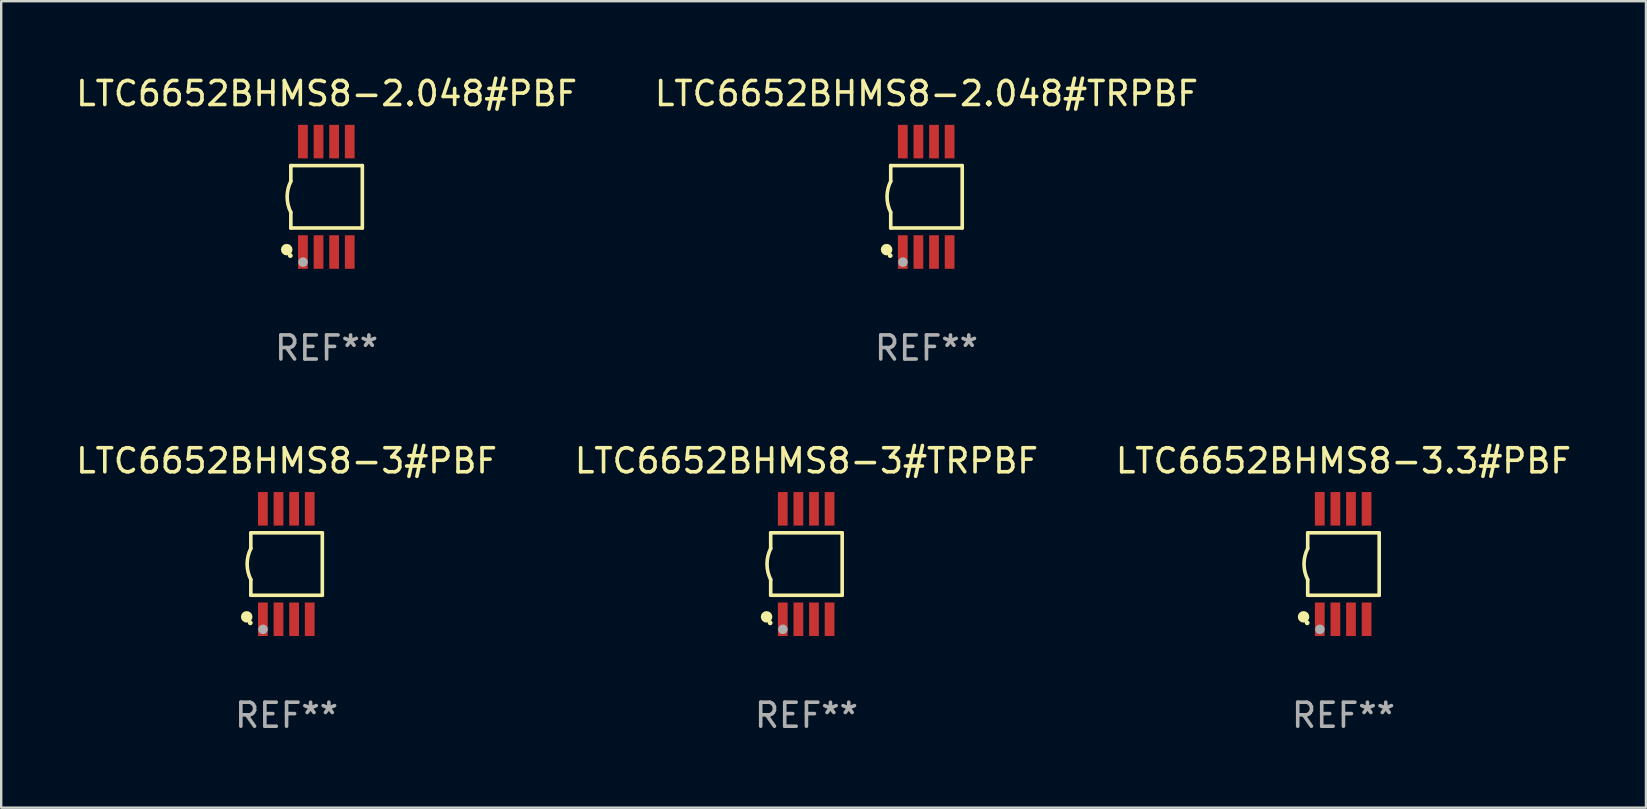
<source format=kicad_pcb>
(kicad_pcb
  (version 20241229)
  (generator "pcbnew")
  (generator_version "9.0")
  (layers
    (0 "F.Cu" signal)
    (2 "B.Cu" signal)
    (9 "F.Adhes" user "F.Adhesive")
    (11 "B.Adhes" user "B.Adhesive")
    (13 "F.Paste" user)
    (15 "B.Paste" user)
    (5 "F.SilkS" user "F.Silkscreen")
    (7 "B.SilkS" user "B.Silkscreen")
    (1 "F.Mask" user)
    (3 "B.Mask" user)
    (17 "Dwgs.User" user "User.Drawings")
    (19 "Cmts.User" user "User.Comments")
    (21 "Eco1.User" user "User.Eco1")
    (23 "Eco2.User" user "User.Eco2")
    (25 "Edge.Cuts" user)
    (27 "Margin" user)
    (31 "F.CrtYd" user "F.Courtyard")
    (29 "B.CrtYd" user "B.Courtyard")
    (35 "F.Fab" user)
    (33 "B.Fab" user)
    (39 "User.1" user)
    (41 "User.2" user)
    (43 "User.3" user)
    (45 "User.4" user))
  (footprint "LTC6652BHMS8-3.3#PBF"
    (layer "F.Cu")
    (at 52.911 20.445)
    (property "Reference" "LTC6652BHMS8-3.3#PBF" (at 0 -4.3 0) (layer "F.SilkS") (effects (font (size 1 1) (thickness 0.15))))
    (attr through_hole)
    (fp_line (start -1.489 -1.3) (end -1.489 -0.648) (stroke (width 0.15) (type solid)) (layer "F.SilkS"))
    (fp_line (start -1.489 0.648) (end -1.489 1.3) (stroke (width 0.15) (type solid)) (layer "F.SilkS"))
    (fp_line (start -1.489 1.3) (end 1.489 1.3) (stroke (width 0.15) (type solid)) (layer "F.SilkS"))
    (fp_line (start 1.489 -1.3) (end -1.489 -1.3) (stroke (width 0.15) (type solid)) (layer "F.SilkS"))
    (fp_line (start 1.489 1.3) (end 1.489 -1.3) (stroke (width 0.15) (type solid)) (layer "F.SilkS"))
    (fp_arc (start -1.489205 0.647702) (mid -1.642107 0) (end -1.489205 -0.647701) (stroke (width 0.150013) (type solid)) (layer "F.SilkS"))
    (fp_circle (center -1.661 2.2) (end -1.541 2.2) (stroke (width 0.24) (type solid)) (fill no) (layer "F.SilkS"))
    (fp_circle (center -1.511 2.45) (end -1.461 2.45) (stroke (width 0.1) (type solid)) (fill no) (layer "F.SilkS"))
    (fp_circle (center -0.981 2.72) (end -0.881 2.72) (stroke (width 0.2) (type solid)) (fill no) (layer "F.Fab"))
    (fp_text user "REF**" (at 0 6.3 0) (layer "F.Fab") (effects (font (size 1 1) (thickness 0.15))))
    (pad "1" smd rect (at -0.986 2.3) (size 0.406 1.397) (layers "F.Cu" "F.Mask" "F.Paste"))
    (pad "2" smd rect (at -0.336 2.3) (size 0.406 1.397) (layers "F.Cu" "F.Mask" "F.Paste"))
    (pad "3" smd rect (at 0.314 2.3) (size 0.406 1.397) (layers "F.Cu" "F.Mask" "F.Paste"))
    (pad "4" smd rect (at 0.964 2.3) (size 0.406 1.397) (layers "F.Cu" "F.Mask" "F.Paste"))
    (pad "5" smd rect (at 0.964 -2.3) (size 0.406 1.397) (layers "F.Cu" "F.Mask" "F.Paste"))
    (pad "6" smd rect (at 0.314 -2.3) (size 0.406 1.397) (layers "F.Cu" "F.Mask" "F.Paste"))
    (pad "7" smd rect (at -0.336 -2.3) (size 0.406 1.397) (layers "F.Cu" "F.Mask" "F.Paste"))
    (pad "8" smd rect (at -0.986 -2.3) (size 0.406 1.397) (layers "F.Cu" "F.Mask" "F.Paste")))
  (footprint "LTC6652BHMS8-2.048#PBF"
    (layer "F.Cu")
    (at 10.554 5.148)
    (property "Reference" "LTC6652BHMS8-2.048#PBF" (at 0 -4.3 0) (layer "F.SilkS") (effects (font (size 1 1) (thickness 0.15))))
    (attr through_hole)
    (fp_line (start -1.489 -1.3) (end -1.489 -0.648) (stroke (width 0.15) (type solid)) (layer "F.SilkS"))
    (fp_line (start -1.489 0.648) (end -1.489 1.3) (stroke (width 0.15) (type solid)) (layer "F.SilkS"))
    (fp_line (start -1.489 1.3) (end 1.489 1.3) (stroke (width 0.15) (type solid)) (layer "F.SilkS"))
    (fp_line (start 1.489 -1.3) (end -1.489 -1.3) (stroke (width 0.15) (type solid)) (layer "F.SilkS"))
    (fp_line (start 1.489 1.3) (end 1.489 -1.3) (stroke (width 0.15) (type solid)) (layer "F.SilkS"))
    (fp_arc (start -1.489205 0.647702) (mid -1.642107 0) (end -1.489205 -0.647701) (stroke (width 0.150013) (type solid)) (layer "F.SilkS"))
    (fp_circle (center -1.661 2.2) (end -1.541 2.2) (stroke (width 0.24) (type solid)) (fill no) (layer "F.SilkS"))
    (fp_circle (center -1.511 2.45) (end -1.461 2.45) (stroke (width 0.1) (type solid)) (fill no) (layer "F.SilkS"))
    (fp_circle (center -0.981 2.72) (end -0.881 2.72) (stroke (width 0.2) (type solid)) (fill no) (layer "F.Fab"))
    (fp_text user "REF**" (at 0 6.3 0) (layer "F.Fab") (effects (font (size 1 1) (thickness 0.15))))
    (pad "1" smd rect (at -0.986 2.3) (size 0.406 1.397) (layers "F.Cu" "F.Mask" "F.Paste"))
    (pad "2" smd rect (at -0.336 2.3) (size 0.406 1.397) (layers "F.Cu" "F.Mask" "F.Paste"))
    (pad "3" smd rect (at 0.314 2.3) (size 0.406 1.397) (layers "F.Cu" "F.Mask" "F.Paste"))
    (pad "4" smd rect (at 0.964 2.3) (size 0.406 1.397) (layers "F.Cu" "F.Mask" "F.Paste"))
    (pad "5" smd rect (at 0.964 -2.3) (size 0.406 1.397) (layers "F.Cu" "F.Mask" "F.Paste"))
    (pad "6" smd rect (at 0.314 -2.3) (size 0.406 1.397) (layers "F.Cu" "F.Mask" "F.Paste"))
    (pad "7" smd rect (at -0.336 -2.3) (size 0.406 1.397) (layers "F.Cu" "F.Mask" "F.Paste"))
    (pad "8" smd rect (at -0.986 -2.3) (size 0.406 1.397) (layers "F.Cu" "F.Mask" "F.Paste")))
  (footprint "LTC6652BHMS8-2.048#TRPBF"
    (layer "F.Cu")
    (at 35.542 5.148)
    (property "Reference" "LTC6652BHMS8-2.048#TRPBF" (at 0 -4.3 0) (layer "F.SilkS") (effects (font (size 1 1) (thickness 0.15))))
    (attr through_hole)
    (fp_line (start -1.489 -1.3) (end -1.489 -0.648) (stroke (width 0.15) (type solid)) (layer "F.SilkS"))
    (fp_line (start -1.489 0.648) (end -1.489 1.3) (stroke (width 0.15) (type solid)) (layer "F.SilkS"))
    (fp_line (start -1.489 1.3) (end 1.489 1.3) (stroke (width 0.15) (type solid)) (layer "F.SilkS"))
    (fp_line (start 1.489 -1.3) (end -1.489 -1.3) (stroke (width 0.15) (type solid)) (layer "F.SilkS"))
    (fp_line (start 1.489 1.3) (end 1.489 -1.3) (stroke (width 0.15) (type solid)) (layer "F.SilkS"))
    (fp_arc (start -1.489205 0.647702) (mid -1.642107 0) (end -1.489205 -0.647701) (stroke (width 0.150013) (type solid)) (layer "F.SilkS"))
    (fp_circle (center -1.661 2.2) (end -1.541 2.2) (stroke (width 0.24) (type solid)) (fill no) (layer "F.SilkS"))
    (fp_circle (center -1.511 2.45) (end -1.461 2.45) (stroke (width 0.1) (type solid)) (fill no) (layer "F.SilkS"))
    (fp_circle (center -0.981 2.72) (end -0.881 2.72) (stroke (width 0.2) (type solid)) (fill no) (layer "F.Fab"))
    (fp_text user "REF**" (at 0 6.3 0) (layer "F.Fab") (effects (font (size 1 1) (thickness 0.15))))
    (pad "1" smd rect (at -0.986 2.3) (size 0.406 1.397) (layers "F.Cu" "F.Mask" "F.Paste"))
    (pad "2" smd rect (at -0.336 2.3) (size 0.406 1.397) (layers "F.Cu" "F.Mask" "F.Paste"))
    (pad "3" smd rect (at 0.314 2.3) (size 0.406 1.397) (layers "F.Cu" "F.Mask" "F.Paste"))
    (pad "4" smd rect (at 0.964 2.3) (size 0.406 1.397) (layers "F.Cu" "F.Mask" "F.Paste"))
    (pad "5" smd rect (at 0.964 -2.3) (size 0.406 1.397) (layers "F.Cu" "F.Mask" "F.Paste"))
    (pad "6" smd rect (at 0.314 -2.3) (size 0.406 1.397) (layers "F.Cu" "F.Mask" "F.Paste"))
    (pad "7" smd rect (at -0.336 -2.3) (size 0.406 1.397) (layers "F.Cu" "F.Mask" "F.Paste"))
    (pad "8" smd rect (at -0.986 -2.3) (size 0.406 1.397) (layers "F.Cu" "F.Mask" "F.Paste")))
  (footprint "LTC6652BHMS8-3#PBF"
    (layer "F.Cu")
    (at 8.887 20.445)
    (property "Reference" "LTC6652BHMS8-3#PBF" (at 0 -4.3 0) (layer "F.SilkS") (effects (font (size 1 1) (thickness 0.15))))
    (attr through_hole)
    (fp_line (start -1.489 -1.3) (end -1.489 -0.648) (stroke (width 0.15) (type solid)) (layer "F.SilkS"))
    (fp_line (start -1.489 0.648) (end -1.489 1.3) (stroke (width 0.15) (type solid)) (layer "F.SilkS"))
    (fp_line (start -1.489 1.3) (end 1.489 1.3) (stroke (width 0.15) (type solid)) (layer "F.SilkS"))
    (fp_line (start 1.489 -1.3) (end -1.489 -1.3) (stroke (width 0.15) (type solid)) (layer "F.SilkS"))
    (fp_line (start 1.489 1.3) (end 1.489 -1.3) (stroke (width 0.15) (type solid)) (layer "F.SilkS"))
    (fp_arc (start -1.489205 0.647702) (mid -1.642107 0) (end -1.489205 -0.647701) (stroke (width 0.150013) (type solid)) (layer "F.SilkS"))
    (fp_circle (center -1.661 2.2) (end -1.541 2.2) (stroke (width 0.24) (type solid)) (fill no) (layer "F.SilkS"))
    (fp_circle (center -1.511 2.45) (end -1.461 2.45) (stroke (width 0.1) (type solid)) (fill no) (layer "F.SilkS"))
    (fp_circle (center -0.981 2.72) (end -0.881 2.72) (stroke (width 0.2) (type solid)) (fill no) (layer "F.Fab"))
    (fp_text user "REF**" (at 0 6.3 0) (layer "F.Fab") (effects (font (size 1 1) (thickness 0.15))))
    (pad "1" smd rect (at -0.986 2.3) (size 0.406 1.397) (layers "F.Cu" "F.Mask" "F.Paste"))
    (pad "2" smd rect (at -0.336 2.3) (size 0.406 1.397) (layers "F.Cu" "F.Mask" "F.Paste"))
    (pad "3" smd rect (at 0.314 2.3) (size 0.406 1.397) (layers "F.Cu" "F.Mask" "F.Paste"))
    (pad "4" smd rect (at 0.964 2.3) (size 0.406 1.397) (layers "F.Cu" "F.Mask" "F.Paste"))
    (pad "5" smd rect (at 0.964 -2.3) (size 0.406 1.397) (layers "F.Cu" "F.Mask" "F.Paste"))
    (pad "6" smd rect (at 0.314 -2.3) (size 0.406 1.397) (layers "F.Cu" "F.Mask" "F.Paste"))
    (pad "7" smd rect (at -0.336 -2.3) (size 0.406 1.397) (layers "F.Cu" "F.Mask" "F.Paste"))
    (pad "8" smd rect (at -0.986 -2.3) (size 0.406 1.397) (layers "F.Cu" "F.Mask" "F.Paste")))
  (footprint "LTC6652BHMS8-3#TRPBF"
    (layer "F.Cu")
    (at 30.542 20.445)
    (property "Reference" "LTC6652BHMS8-3#TRPBF" (at 0 -4.3 0) (layer "F.SilkS") (effects (font (size 1 1) (thickness 0.15))))
    (attr through_hole)
    (fp_line (start -1.489 -1.3) (end -1.489 -0.648) (stroke (width 0.15) (type solid)) (layer "F.SilkS"))
    (fp_line (start -1.489 0.648) (end -1.489 1.3) (stroke (width 0.15) (type solid)) (layer "F.SilkS"))
    (fp_line (start -1.489 1.3) (end 1.489 1.3) (stroke (width 0.15) (type solid)) (layer "F.SilkS"))
    (fp_line (start 1.489 -1.3) (end -1.489 -1.3) (stroke (width 0.15) (type solid)) (layer "F.SilkS"))
    (fp_line (start 1.489 1.3) (end 1.489 -1.3) (stroke (width 0.15) (type solid)) (layer "F.SilkS"))
    (fp_arc (start -1.489205 0.647702) (mid -1.642107 0) (end -1.489205 -0.647701) (stroke (width 0.150013) (type solid)) (layer "F.SilkS"))
    (fp_circle (center -1.661 2.2) (end -1.541 2.2) (stroke (width 0.24) (type solid)) (fill no) (layer "F.SilkS"))
    (fp_circle (center -1.511 2.45) (end -1.461 2.45) (stroke (width 0.1) (type solid)) (fill no) (layer "F.SilkS"))
    (fp_circle (center -0.981 2.72) (end -0.881 2.72) (stroke (width 0.2) (type solid)) (fill no) (layer "F.Fab"))
    (fp_text user "REF**" (at 0 6.3 0) (layer "F.Fab") (effects (font (size 1 1) (thickness 0.15))))
    (pad "1" smd rect (at -0.986 2.3) (size 0.406 1.397) (layers "F.Cu" "F.Mask" "F.Paste"))
    (pad "2" smd rect (at -0.336 2.3) (size 0.406 1.397) (layers "F.Cu" "F.Mask" "F.Paste"))
    (pad "3" smd rect (at 0.314 2.3) (size 0.406 1.397) (layers "F.Cu" "F.Mask" "F.Paste"))
    (pad "4" smd rect (at 0.964 2.3) (size 0.406 1.397) (layers "F.Cu" "F.Mask" "F.Paste"))
    (pad "5" smd rect (at 0.964 -2.3) (size 0.406 1.397) (layers "F.Cu" "F.Mask" "F.Paste"))
    (pad "6" smd rect (at 0.314 -2.3) (size 0.406 1.397) (layers "F.Cu" "F.Mask" "F.Paste"))
    (pad "7" smd rect (at -0.336 -2.3) (size 0.406 1.397) (layers "F.Cu" "F.Mask" "F.Paste"))
    (pad "8" smd rect (at -0.986 -2.3) (size 0.406 1.397) (layers "F.Cu" "F.Mask" "F.Paste")))
  (gr_rect
    (start -3 -3)
    (end 65.512 30.593)
    (stroke (width 0.1) (type default))
    (fill no)
    (layer "Edge.Cuts")))
</source>
